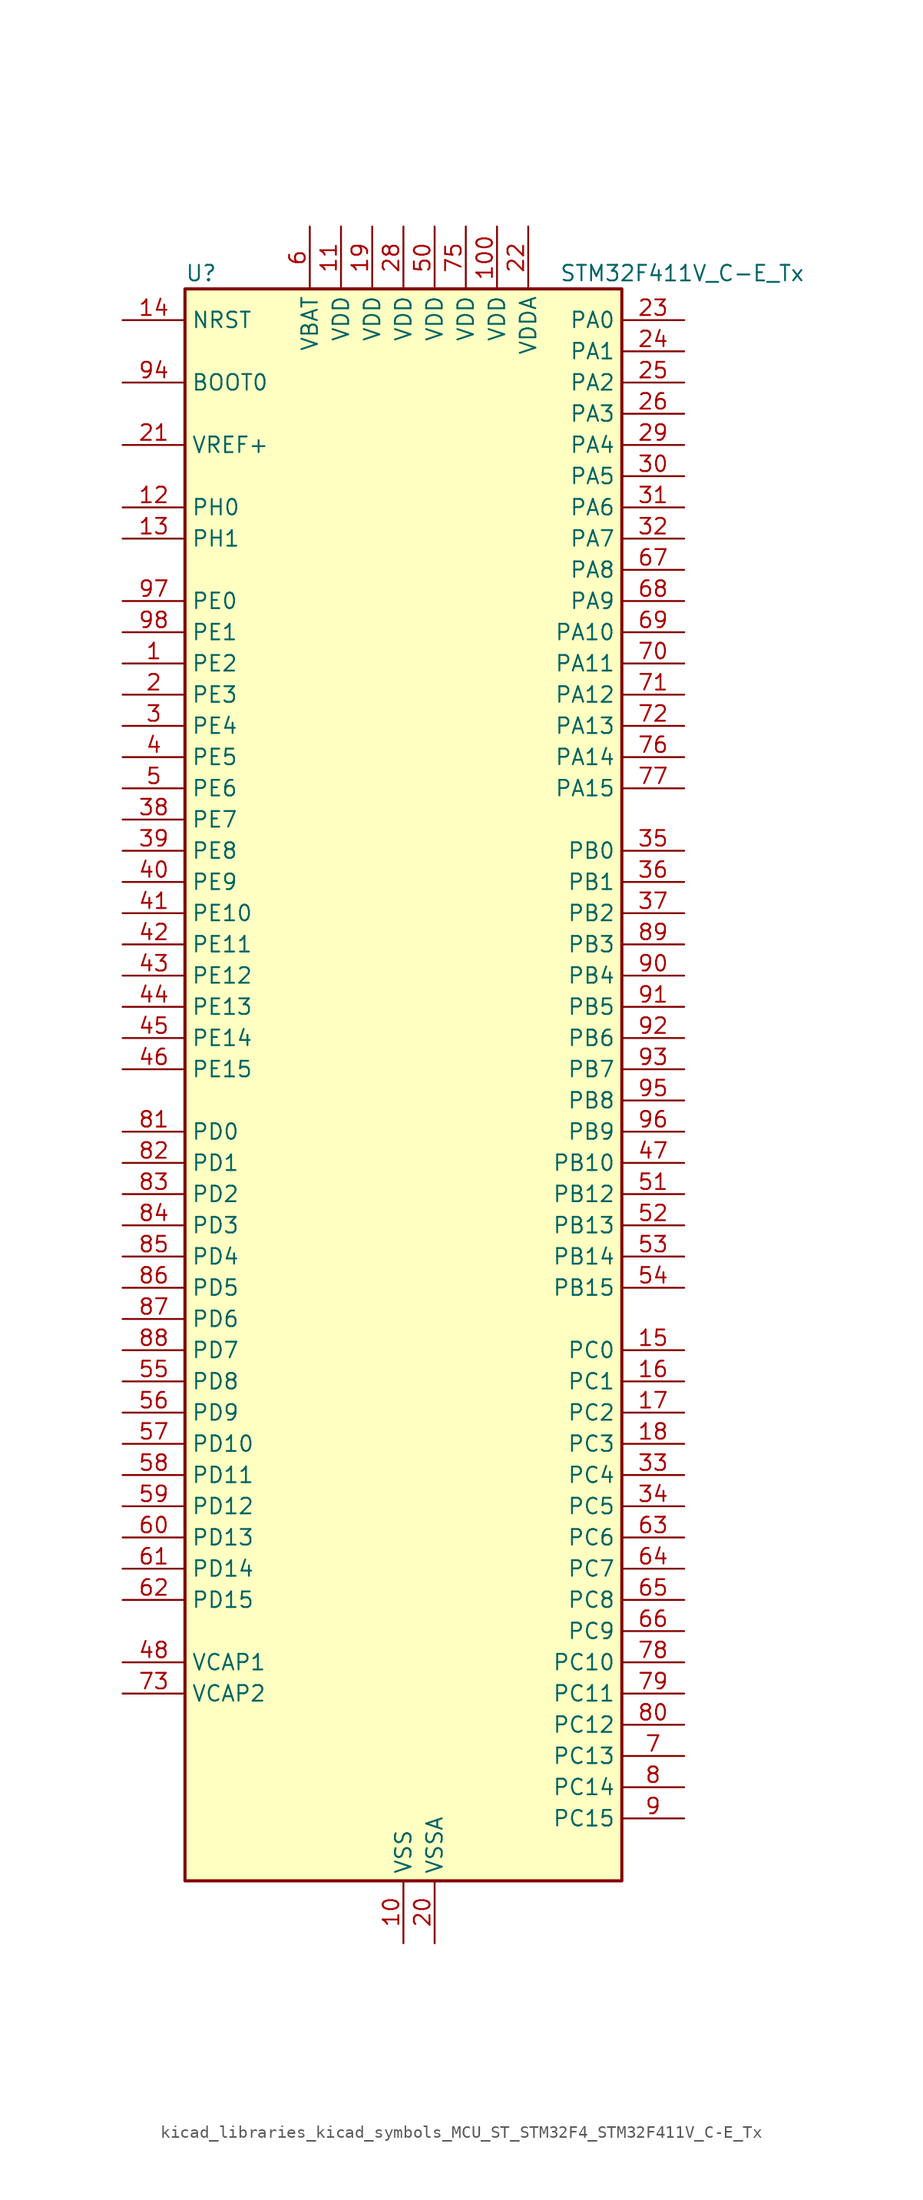
<source format=kicad_sym>
(kicad_symbol_lib
  (version 20220914)
  (generator kicad_symbol_editor)
  (symbol "kicad_libraries_kicad_symbols_MCU_ST_STM32F4_STM32F411V_C-E_Tx"
    (property "Reference" "U"
      (at -17.78 67.31 0)
      (effects (font (size 1.27 1.27)) (justify left)))
    (property "Value" "STM32F411V_C-E_Tx"
      (at 12.7 67.31 0)
      (effects (font (size 1.27 1.27)) (justify left)))
    (property "ki_locked" ""
      (at 0 0 0)
      (effects (font (size 1.27 1.27))))
    (symbol "kicad_libraries_kicad_symbols_MCU_ST_STM32F4_STM32F411V_C-E_Tx_0_1"
      (rectangle (start -17.78 -63.5) (end 17.78 66.04) (stroke (width 0.254) (type default)) (fill (type background))))
    (symbol "kicad_libraries_kicad_symbols_MCU_ST_STM32F4_STM32F411V_C-E_Tx_1_1"
      (pin bidirectional line (at -22.86 35.56 0) (length 5.08) (name "PE2" (effects (font (size 1.27 1.27)))) (number "1" (effects (font (size 1.27 1.27)))) (alternate "I2S4_CK" bidirectional line) (alternate "I2S5_CK" bidirectional line) (alternate "SPI4_SCK" bidirectional line) (alternate "SPI5_SCK" bidirectional line) (alternate "SYS_TRACECLK" bidirectional line))
      (pin power_in line (at 0 -68.58 90) (length 5.08) (name "VSS" (effects (font (size 1.27 1.27)))) (number "10" (effects (font (size 1.27 1.27)))))
      (pin power_in line (at 7.62 71.12 270) (length 5.08) (name "VDD" (effects (font (size 1.27 1.27)))) (number "100" (effects (font (size 1.27 1.27)))))
      (pin power_in line (at -5.08 71.12 270) (length 5.08) (name "VDD" (effects (font (size 1.27 1.27)))) (number "11" (effects (font (size 1.27 1.27)))))
      (pin bidirectional line (at -22.86 48.26 0) (length 5.08) (name "PH0" (effects (font (size 1.27 1.27)))) (number "12" (effects (font (size 1.27 1.27)))) (alternate "RCC_OSC_IN" bidirectional line))
      (pin bidirectional line (at -22.86 45.72 0) (length 5.08) (name "PH1" (effects (font (size 1.27 1.27)))) (number "13" (effects (font (size 1.27 1.27)))) (alternate "RCC_OSC_OUT" bidirectional line))
      (pin input line (at -22.86 63.5 0) (length 5.08) (name "NRST" (effects (font (size 1.27 1.27)))) (number "14" (effects (font (size 1.27 1.27)))))
      (pin bidirectional line (at 22.86 -20.32 180) (length 5.08) (name "PC0" (effects (font (size 1.27 1.27)))) (number "15" (effects (font (size 1.27 1.27)))) (alternate "ADC1_IN10" bidirectional line))
      (pin bidirectional line (at 22.86 -22.86 180) (length 5.08) (name "PC1" (effects (font (size 1.27 1.27)))) (number "16" (effects (font (size 1.27 1.27)))) (alternate "ADC1_IN11" bidirectional line))
      (pin bidirectional line (at 22.86 -25.4 180) (length 5.08) (name "PC2" (effects (font (size 1.27 1.27)))) (number "17" (effects (font (size 1.27 1.27)))) (alternate "ADC1_IN12" bidirectional line) (alternate "I2S2_ext_SD" bidirectional line) (alternate "SPI2_MISO" bidirectional line))
      (pin bidirectional line (at 22.86 -27.94 180) (length 5.08) (name "PC3" (effects (font (size 1.27 1.27)))) (number "18" (effects (font (size 1.27 1.27)))) (alternate "ADC1_IN13" bidirectional line) (alternate "I2S2_SD" bidirectional line) (alternate "SPI2_MOSI" bidirectional line))
      (pin power_in line (at -2.54 71.12 270) (length 5.08) (name "VDD" (effects (font (size 1.27 1.27)))) (number "19" (effects (font (size 1.27 1.27)))))
      (pin bidirectional line (at -22.86 33.02 0) (length 5.08) (name "PE3" (effects (font (size 1.27 1.27)))) (number "2" (effects (font (size 1.27 1.27)))) (alternate "SYS_TRACED0" bidirectional line))
      (pin power_in line (at 2.54 -68.58 90) (length 5.08) (name "VSSA" (effects (font (size 1.27 1.27)))) (number "20" (effects (font (size 1.27 1.27)))))
      (pin input line (at -22.86 53.34 0) (length 5.08) (name "VREF+" (effects (font (size 1.27 1.27)))) (number "21" (effects (font (size 1.27 1.27)))))
      (pin power_in line (at 10.16 71.12 270) (length 5.08) (name "VDDA" (effects (font (size 1.27 1.27)))) (number "22" (effects (font (size 1.27 1.27)))))
      (pin bidirectional line (at 22.86 63.5 180) (length 5.08) (name "PA0" (effects (font (size 1.27 1.27)))) (number "23" (effects (font (size 1.27 1.27)))) (alternate "ADC1_IN0" bidirectional line) (alternate "SYS_WKUP" bidirectional line) (alternate "TIM2_CH1" bidirectional line) (alternate "TIM2_ETR" bidirectional line) (alternate "TIM5_CH1" bidirectional line) (alternate "USART2_CTS" bidirectional line))
      (pin bidirectional line (at 22.86 60.96 180) (length 5.08) (name "PA1" (effects (font (size 1.27 1.27)))) (number "24" (effects (font (size 1.27 1.27)))) (alternate "ADC1_IN1" bidirectional line) (alternate "I2S4_SD" bidirectional line) (alternate "SPI4_MOSI" bidirectional line) (alternate "TIM2_CH2" bidirectional line) (alternate "TIM5_CH2" bidirectional line) (alternate "USART2_RTS" bidirectional line))
      (pin bidirectional line (at 22.86 58.42 180) (length 5.08) (name "PA2" (effects (font (size 1.27 1.27)))) (number "25" (effects (font (size 1.27 1.27)))) (alternate "ADC1_IN2" bidirectional line) (alternate "I2S_CKIN" bidirectional line) (alternate "TIM2_CH3" bidirectional line) (alternate "TIM5_CH3" bidirectional line) (alternate "TIM9_CH1" bidirectional line) (alternate "USART2_TX" bidirectional line))
      (pin bidirectional line (at 22.86 55.88 180) (length 5.08) (name "PA3" (effects (font (size 1.27 1.27)))) (number "26" (effects (font (size 1.27 1.27)))) (alternate "ADC1_IN3" bidirectional line) (alternate "I2S2_MCK" bidirectional line) (alternate "TIM2_CH4" bidirectional line) (alternate "TIM5_CH4" bidirectional line) (alternate "TIM9_CH2" bidirectional line) (alternate "USART2_RX" bidirectional line))
      (pin passive line (at 0 -68.58 90) (length 5.08) hide (name "VSS" (effects (font (size 1.27 1.27)))) (number "27" (effects (font (size 1.27 1.27)))))
      (pin power_in line (at 0 71.12 270) (length 5.08) (name "VDD" (effects (font (size 1.27 1.27)))) (number "28" (effects (font (size 1.27 1.27)))))
      (pin bidirectional line (at 22.86 53.34 180) (length 5.08) (name "PA4" (effects (font (size 1.27 1.27)))) (number "29" (effects (font (size 1.27 1.27)))) (alternate "ADC1_IN4" bidirectional line) (alternate "I2S1_WS" bidirectional line) (alternate "I2S3_WS" bidirectional line) (alternate "SPI1_NSS" bidirectional line) (alternate "SPI3_NSS" bidirectional line) (alternate "USART2_CK" bidirectional line))
      (pin bidirectional line (at -22.86 30.48 0) (length 5.08) (name "PE4" (effects (font (size 1.27 1.27)))) (number "3" (effects (font (size 1.27 1.27)))) (alternate "I2S4_WS" bidirectional line) (alternate "I2S5_WS" bidirectional line) (alternate "SPI4_NSS" bidirectional line) (alternate "SPI5_NSS" bidirectional line) (alternate "SYS_TRACED1" bidirectional line))
      (pin bidirectional line (at 22.86 50.8 180) (length 5.08) (name "PA5" (effects (font (size 1.27 1.27)))) (number "30" (effects (font (size 1.27 1.27)))) (alternate "ADC1_IN5" bidirectional line) (alternate "I2S1_CK" bidirectional line) (alternate "SPI1_SCK" bidirectional line) (alternate "TIM2_CH1" bidirectional line) (alternate "TIM2_ETR" bidirectional line))
      (pin bidirectional line (at 22.86 48.26 180) (length 5.08) (name "PA6" (effects (font (size 1.27 1.27)))) (number "31" (effects (font (size 1.27 1.27)))) (alternate "ADC1_IN6" bidirectional line) (alternate "I2S2_MCK" bidirectional line) (alternate "SDIO_CMD" bidirectional line) (alternate "SPI1_MISO" bidirectional line) (alternate "TIM1_BKIN" bidirectional line) (alternate "TIM3_CH1" bidirectional line))
      (pin bidirectional line (at 22.86 45.72 180) (length 5.08) (name "PA7" (effects (font (size 1.27 1.27)))) (number "32" (effects (font (size 1.27 1.27)))) (alternate "ADC1_IN7" bidirectional line) (alternate "I2S1_SD" bidirectional line) (alternate "SPI1_MOSI" bidirectional line) (alternate "TIM1_CH1N" bidirectional line) (alternate "TIM3_CH2" bidirectional line))
      (pin bidirectional line (at 22.86 -30.48 180) (length 5.08) (name "PC4" (effects (font (size 1.27 1.27)))) (number "33" (effects (font (size 1.27 1.27)))) (alternate "ADC1_IN14" bidirectional line))
      (pin bidirectional line (at 22.86 -33.02 180) (length 5.08) (name "PC5" (effects (font (size 1.27 1.27)))) (number "34" (effects (font (size 1.27 1.27)))) (alternate "ADC1_IN15" bidirectional line))
      (pin bidirectional line (at 22.86 20.32 180) (length 5.08) (name "PB0" (effects (font (size 1.27 1.27)))) (number "35" (effects (font (size 1.27 1.27)))) (alternate "ADC1_IN8" bidirectional line) (alternate "I2S5_CK" bidirectional line) (alternate "SPI5_SCK" bidirectional line) (alternate "TIM1_CH2N" bidirectional line) (alternate "TIM3_CH3" bidirectional line))
      (pin bidirectional line (at 22.86 17.78 180) (length 5.08) (name "PB1" (effects (font (size 1.27 1.27)))) (number "36" (effects (font (size 1.27 1.27)))) (alternate "ADC1_IN9" bidirectional line) (alternate "I2S5_WS" bidirectional line) (alternate "SPI5_NSS" bidirectional line) (alternate "TIM1_CH3N" bidirectional line) (alternate "TIM3_CH4" bidirectional line))
      (pin bidirectional line (at 22.86 15.24 180) (length 5.08) (name "PB2" (effects (font (size 1.27 1.27)))) (number "37" (effects (font (size 1.27 1.27)))))
      (pin bidirectional line (at -22.86 22.86 0) (length 5.08) (name "PE7" (effects (font (size 1.27 1.27)))) (number "38" (effects (font (size 1.27 1.27)))) (alternate "TIM1_ETR" bidirectional line))
      (pin bidirectional line (at -22.86 20.32 0) (length 5.08) (name "PE8" (effects (font (size 1.27 1.27)))) (number "39" (effects (font (size 1.27 1.27)))) (alternate "TIM1_CH1N" bidirectional line))
      (pin bidirectional line (at -22.86 27.94 0) (length 5.08) (name "PE5" (effects (font (size 1.27 1.27)))) (number "4" (effects (font (size 1.27 1.27)))) (alternate "SPI4_MISO" bidirectional line) (alternate "SPI5_MISO" bidirectional line) (alternate "SYS_TRACED2" bidirectional line) (alternate "TIM9_CH1" bidirectional line))
      (pin bidirectional line (at -22.86 17.78 0) (length 5.08) (name "PE9" (effects (font (size 1.27 1.27)))) (number "40" (effects (font (size 1.27 1.27)))) (alternate "TIM1_CH1" bidirectional line))
      (pin bidirectional line (at -22.86 15.24 0) (length 5.08) (name "PE10" (effects (font (size 1.27 1.27)))) (number "41" (effects (font (size 1.27 1.27)))) (alternate "TIM1_CH2N" bidirectional line))
      (pin bidirectional line (at -22.86 12.7 0) (length 5.08) (name "PE11" (effects (font (size 1.27 1.27)))) (number "42" (effects (font (size 1.27 1.27)))) (alternate "ADC1_EXTI11" bidirectional line) (alternate "I2S4_WS" bidirectional line) (alternate "I2S5_WS" bidirectional line) (alternate "SPI4_NSS" bidirectional line) (alternate "SPI5_NSS" bidirectional line) (alternate "TIM1_CH2" bidirectional line))
      (pin bidirectional line (at -22.86 10.16 0) (length 5.08) (name "PE12" (effects (font (size 1.27 1.27)))) (number "43" (effects (font (size 1.27 1.27)))) (alternate "I2S4_CK" bidirectional line) (alternate "I2S5_CK" bidirectional line) (alternate "SPI4_SCK" bidirectional line) (alternate "SPI5_SCK" bidirectional line) (alternate "TIM1_CH3N" bidirectional line))
      (pin bidirectional line (at -22.86 7.62 0) (length 5.08) (name "PE13" (effects (font (size 1.27 1.27)))) (number "44" (effects (font (size 1.27 1.27)))) (alternate "SPI4_MISO" bidirectional line) (alternate "SPI5_MISO" bidirectional line) (alternate "TIM1_CH3" bidirectional line))
      (pin bidirectional line (at -22.86 5.08 0) (length 5.08) (name "PE14" (effects (font (size 1.27 1.27)))) (number "45" (effects (font (size 1.27 1.27)))) (alternate "I2S4_SD" bidirectional line) (alternate "I2S5_SD" bidirectional line) (alternate "SPI4_MOSI" bidirectional line) (alternate "SPI5_MOSI" bidirectional line) (alternate "TIM1_CH4" bidirectional line))
      (pin bidirectional line (at -22.86 2.54 0) (length 5.08) (name "PE15" (effects (font (size 1.27 1.27)))) (number "46" (effects (font (size 1.27 1.27)))) (alternate "ADC1_EXTI15" bidirectional line) (alternate "TIM1_BKIN" bidirectional line))
      (pin bidirectional line (at 22.86 -5.08 180) (length 5.08) (name "PB10" (effects (font (size 1.27 1.27)))) (number "47" (effects (font (size 1.27 1.27)))) (alternate "I2C2_SCL" bidirectional line) (alternate "I2S2_CK" bidirectional line) (alternate "I2S3_MCK" bidirectional line) (alternate "SDIO_D7" bidirectional line) (alternate "SPI2_SCK" bidirectional line) (alternate "TIM2_CH3" bidirectional line))
      (pin power_out line (at -22.86 -45.72 0) (length 5.08) (name "VCAP1" (effects (font (size 1.27 1.27)))) (number "48" (effects (font (size 1.27 1.27)))))
      (pin passive line (at 0 -68.58 90) (length 5.08) hide (name "VSS" (effects (font (size 1.27 1.27)))) (number "49" (effects (font (size 1.27 1.27)))))
      (pin bidirectional line (at -22.86 25.4 0) (length 5.08) (name "PE6" (effects (font (size 1.27 1.27)))) (number "5" (effects (font (size 1.27 1.27)))) (alternate "I2S4_SD" bidirectional line) (alternate "I2S5_SD" bidirectional line) (alternate "SPI4_MOSI" bidirectional line) (alternate "SPI5_MOSI" bidirectional line) (alternate "SYS_TRACED3" bidirectional line) (alternate "TIM9_CH2" bidirectional line))
      (pin power_in line (at 2.54 71.12 270) (length 5.08) (name "VDD" (effects (font (size 1.27 1.27)))) (number "50" (effects (font (size 1.27 1.27)))))
      (pin bidirectional line (at 22.86 -7.62 180) (length 5.08) (name "PB12" (effects (font (size 1.27 1.27)))) (number "51" (effects (font (size 1.27 1.27)))) (alternate "I2C2_SMBA" bidirectional line) (alternate "I2S2_WS" bidirectional line) (alternate "I2S3_CK" bidirectional line) (alternate "I2S4_WS" bidirectional line) (alternate "SPI2_NSS" bidirectional line) (alternate "SPI3_SCK" bidirectional line) (alternate "SPI4_NSS" bidirectional line) (alternate "TIM1_BKIN" bidirectional line))
      (pin bidirectional line (at 22.86 -10.16 180) (length 5.08) (name "PB13" (effects (font (size 1.27 1.27)))) (number "52" (effects (font (size 1.27 1.27)))) (alternate "I2S2_CK" bidirectional line) (alternate "I2S4_CK" bidirectional line) (alternate "SPI2_SCK" bidirectional line) (alternate "SPI4_SCK" bidirectional line) (alternate "TIM1_CH1N" bidirectional line))
      (pin bidirectional line (at 22.86 -12.7 180) (length 5.08) (name "PB14" (effects (font (size 1.27 1.27)))) (number "53" (effects (font (size 1.27 1.27)))) (alternate "I2S2_ext_SD" bidirectional line) (alternate "SDIO_D6" bidirectional line) (alternate "SPI2_MISO" bidirectional line) (alternate "TIM1_CH2N" bidirectional line))
      (pin bidirectional line (at 22.86 -15.24 180) (length 5.08) (name "PB15" (effects (font (size 1.27 1.27)))) (number "54" (effects (font (size 1.27 1.27)))) (alternate "ADC1_EXTI15" bidirectional line) (alternate "I2S2_SD" bidirectional line) (alternate "RTC_REFIN" bidirectional line) (alternate "SDIO_CK" bidirectional line) (alternate "SPI2_MOSI" bidirectional line) (alternate "TIM1_CH3N" bidirectional line))
      (pin bidirectional line (at -22.86 -22.86 0) (length 5.08) (name "PD8" (effects (font (size 1.27 1.27)))) (number "55" (effects (font (size 1.27 1.27)))))
      (pin bidirectional line (at -22.86 -25.4 0) (length 5.08) (name "PD9" (effects (font (size 1.27 1.27)))) (number "56" (effects (font (size 1.27 1.27)))))
      (pin bidirectional line (at -22.86 -27.94 0) (length 5.08) (name "PD10" (effects (font (size 1.27 1.27)))) (number "57" (effects (font (size 1.27 1.27)))))
      (pin bidirectional line (at -22.86 -30.48 0) (length 5.08) (name "PD11" (effects (font (size 1.27 1.27)))) (number "58" (effects (font (size 1.27 1.27)))) (alternate "ADC1_EXTI11" bidirectional line))
      (pin bidirectional line (at -22.86 -33.02 0) (length 5.08) (name "PD12" (effects (font (size 1.27 1.27)))) (number "59" (effects (font (size 1.27 1.27)))) (alternate "TIM4_CH1" bidirectional line))
      (pin power_in line (at -7.62 71.12 270) (length 5.08) (name "VBAT" (effects (font (size 1.27 1.27)))) (number "6" (effects (font (size 1.27 1.27)))))
      (pin bidirectional line (at -22.86 -35.56 0) (length 5.08) (name "PD13" (effects (font (size 1.27 1.27)))) (number "60" (effects (font (size 1.27 1.27)))) (alternate "TIM4_CH2" bidirectional line))
      (pin bidirectional line (at -22.86 -38.1 0) (length 5.08) (name "PD14" (effects (font (size 1.27 1.27)))) (number "61" (effects (font (size 1.27 1.27)))) (alternate "TIM4_CH3" bidirectional line))
      (pin bidirectional line (at -22.86 -40.64 0) (length 5.08) (name "PD15" (effects (font (size 1.27 1.27)))) (number "62" (effects (font (size 1.27 1.27)))) (alternate "ADC1_EXTI15" bidirectional line) (alternate "TIM4_CH4" bidirectional line))
      (pin bidirectional line (at 22.86 -35.56 180) (length 5.08) (name "PC6" (effects (font (size 1.27 1.27)))) (number "63" (effects (font (size 1.27 1.27)))) (alternate "I2S2_MCK" bidirectional line) (alternate "SDIO_D6" bidirectional line) (alternate "TIM3_CH1" bidirectional line) (alternate "USART6_TX" bidirectional line))
      (pin bidirectional line (at 22.86 -38.1 180) (length 5.08) (name "PC7" (effects (font (size 1.27 1.27)))) (number "64" (effects (font (size 1.27 1.27)))) (alternate "I2S2_CK" bidirectional line) (alternate "I2S3_MCK" bidirectional line) (alternate "SDIO_D7" bidirectional line) (alternate "SPI2_SCK" bidirectional line) (alternate "TIM3_CH2" bidirectional line) (alternate "USART6_RX" bidirectional line))
      (pin bidirectional line (at 22.86 -40.64 180) (length 5.08) (name "PC8" (effects (font (size 1.27 1.27)))) (number "65" (effects (font (size 1.27 1.27)))) (alternate "SDIO_D0" bidirectional line) (alternate "TIM3_CH3" bidirectional line) (alternate "USART6_CK" bidirectional line))
      (pin bidirectional line (at 22.86 -43.18 180) (length 5.08) (name "PC9" (effects (font (size 1.27 1.27)))) (number "66" (effects (font (size 1.27 1.27)))) (alternate "I2C3_SDA" bidirectional line) (alternate "I2S_CKIN" bidirectional line) (alternate "RCC_MCO_2" bidirectional line) (alternate "SDIO_D1" bidirectional line) (alternate "TIM3_CH4" bidirectional line))
      (pin bidirectional line (at 22.86 43.18 180) (length 5.08) (name "PA8" (effects (font (size 1.27 1.27)))) (number "67" (effects (font (size 1.27 1.27)))) (alternate "I2C3_SCL" bidirectional line) (alternate "RCC_MCO_1" bidirectional line) (alternate "SDIO_D1" bidirectional line) (alternate "TIM1_CH1" bidirectional line) (alternate "USART1_CK" bidirectional line) (alternate "USB_OTG_FS_SOF" bidirectional line))
      (pin bidirectional line (at 22.86 40.64 180) (length 5.08) (name "PA9" (effects (font (size 1.27 1.27)))) (number "68" (effects (font (size 1.27 1.27)))) (alternate "I2C3_SMBA" bidirectional line) (alternate "SDIO_D2" bidirectional line) (alternate "TIM1_CH2" bidirectional line) (alternate "USART1_TX" bidirectional line) (alternate "USB_OTG_FS_VBUS" bidirectional line))
      (pin bidirectional line (at 22.86 38.1 180) (length 5.08) (name "PA10" (effects (font (size 1.27 1.27)))) (number "69" (effects (font (size 1.27 1.27)))) (alternate "I2S5_SD" bidirectional line) (alternate "SPI5_MOSI" bidirectional line) (alternate "TIM1_CH3" bidirectional line) (alternate "USART1_RX" bidirectional line) (alternate "USB_OTG_FS_ID" bidirectional line))
      (pin bidirectional line (at 22.86 -53.34 180) (length 5.08) (name "PC13" (effects (font (size 1.27 1.27)))) (number "7" (effects (font (size 1.27 1.27)))) (alternate "RTC_AF1" bidirectional line))
      (pin bidirectional line (at 22.86 35.56 180) (length 5.08) (name "PA11" (effects (font (size 1.27 1.27)))) (number "70" (effects (font (size 1.27 1.27)))) (alternate "ADC1_EXTI11" bidirectional line) (alternate "SPI4_MISO" bidirectional line) (alternate "TIM1_CH4" bidirectional line) (alternate "USART1_CTS" bidirectional line) (alternate "USART6_TX" bidirectional line) (alternate "USB_OTG_FS_DM" bidirectional line))
      (pin bidirectional line (at 22.86 33.02 180) (length 5.08) (name "PA12" (effects (font (size 1.27 1.27)))) (number "71" (effects (font (size 1.27 1.27)))) (alternate "SPI5_MISO" bidirectional line) (alternate "TIM1_ETR" bidirectional line) (alternate "USART1_RTS" bidirectional line) (alternate "USART6_RX" bidirectional line) (alternate "USB_OTG_FS_DP" bidirectional line))
      (pin bidirectional line (at 22.86 30.48 180) (length 5.08) (name "PA13" (effects (font (size 1.27 1.27)))) (number "72" (effects (font (size 1.27 1.27)))) (alternate "SYS_JTMS-SWDIO" bidirectional line))
      (pin power_out line (at -22.86 -48.26 0) (length 5.08) (name "VCAP2" (effects (font (size 1.27 1.27)))) (number "73" (effects (font (size 1.27 1.27)))))
      (pin passive line (at 0 -68.58 90) (length 5.08) hide (name "VSS" (effects (font (size 1.27 1.27)))) (number "74" (effects (font (size 1.27 1.27)))))
      (pin power_in line (at 5.08 71.12 270) (length 5.08) (name "VDD" (effects (font (size 1.27 1.27)))) (number "75" (effects (font (size 1.27 1.27)))))
      (pin bidirectional line (at 22.86 27.94 180) (length 5.08) (name "PA14" (effects (font (size 1.27 1.27)))) (number "76" (effects (font (size 1.27 1.27)))) (alternate "SYS_JTCK-SWCLK" bidirectional line))
      (pin bidirectional line (at 22.86 25.4 180) (length 5.08) (name "PA15" (effects (font (size 1.27 1.27)))) (number "77" (effects (font (size 1.27 1.27)))) (alternate "ADC1_EXTI15" bidirectional line) (alternate "I2S1_WS" bidirectional line) (alternate "I2S3_WS" bidirectional line) (alternate "SPI1_NSS" bidirectional line) (alternate "SPI3_NSS" bidirectional line) (alternate "SYS_JTDI" bidirectional line) (alternate "TIM2_CH1" bidirectional line) (alternate "TIM2_ETR" bidirectional line) (alternate "USART1_TX" bidirectional line))
      (pin bidirectional line (at 22.86 -45.72 180) (length 5.08) (name "PC10" (effects (font (size 1.27 1.27)))) (number "78" (effects (font (size 1.27 1.27)))) (alternate "I2S3_CK" bidirectional line) (alternate "SDIO_D2" bidirectional line) (alternate "SPI3_SCK" bidirectional line))
      (pin bidirectional line (at 22.86 -48.26 180) (length 5.08) (name "PC11" (effects (font (size 1.27 1.27)))) (number "79" (effects (font (size 1.27 1.27)))) (alternate "ADC1_EXTI11" bidirectional line) (alternate "I2S3_ext_SD" bidirectional line) (alternate "SDIO_D3" bidirectional line) (alternate "SPI3_MISO" bidirectional line))
      (pin bidirectional line (at 22.86 -55.88 180) (length 5.08) (name "PC14" (effects (font (size 1.27 1.27)))) (number "8" (effects (font (size 1.27 1.27)))) (alternate "RCC_OSC32_IN" bidirectional line))
      (pin bidirectional line (at 22.86 -50.8 180) (length 5.08) (name "PC12" (effects (font (size 1.27 1.27)))) (number "80" (effects (font (size 1.27 1.27)))) (alternate "I2S3_SD" bidirectional line) (alternate "SDIO_CK" bidirectional line) (alternate "SPI3_MOSI" bidirectional line))
      (pin bidirectional line (at -22.86 -2.54 0) (length 5.08) (name "PD0" (effects (font (size 1.27 1.27)))) (number "81" (effects (font (size 1.27 1.27)))))
      (pin bidirectional line (at -22.86 -5.08 0) (length 5.08) (name "PD1" (effects (font (size 1.27 1.27)))) (number "82" (effects (font (size 1.27 1.27)))))
      (pin bidirectional line (at -22.86 -7.62 0) (length 5.08) (name "PD2" (effects (font (size 1.27 1.27)))) (number "83" (effects (font (size 1.27 1.27)))) (alternate "SDIO_CMD" bidirectional line) (alternate "TIM3_ETR" bidirectional line))
      (pin bidirectional line (at -22.86 -10.16 0) (length 5.08) (name "PD3" (effects (font (size 1.27 1.27)))) (number "84" (effects (font (size 1.27 1.27)))) (alternate "I2S2_CK" bidirectional line) (alternate "SPI2_SCK" bidirectional line) (alternate "USART2_CTS" bidirectional line))
      (pin bidirectional line (at -22.86 -12.7 0) (length 5.08) (name "PD4" (effects (font (size 1.27 1.27)))) (number "85" (effects (font (size 1.27 1.27)))) (alternate "USART2_RTS" bidirectional line))
      (pin bidirectional line (at -22.86 -15.24 0) (length 5.08) (name "PD5" (effects (font (size 1.27 1.27)))) (number "86" (effects (font (size 1.27 1.27)))) (alternate "USART2_TX" bidirectional line))
      (pin bidirectional line (at -22.86 -17.78 0) (length 5.08) (name "PD6" (effects (font (size 1.27 1.27)))) (number "87" (effects (font (size 1.27 1.27)))) (alternate "I2S3_SD" bidirectional line) (alternate "SPI3_MOSI" bidirectional line) (alternate "USART2_RX" bidirectional line))
      (pin bidirectional line (at -22.86 -20.32 0) (length 5.08) (name "PD7" (effects (font (size 1.27 1.27)))) (number "88" (effects (font (size 1.27 1.27)))) (alternate "USART2_CK" bidirectional line))
      (pin bidirectional line (at 22.86 12.7 180) (length 5.08) (name "PB3" (effects (font (size 1.27 1.27)))) (number "89" (effects (font (size 1.27 1.27)))) (alternate "I2C2_SDA" bidirectional line) (alternate "I2S1_CK" bidirectional line) (alternate "I2S3_CK" bidirectional line) (alternate "SPI1_SCK" bidirectional line) (alternate "SPI3_SCK" bidirectional line) (alternate "SYS_JTDO-SWO" bidirectional line) (alternate "TIM2_CH2" bidirectional line) (alternate "USART1_RX" bidirectional line))
      (pin bidirectional line (at 22.86 -58.42 180) (length 5.08) (name "PC15" (effects (font (size 1.27 1.27)))) (number "9" (effects (font (size 1.27 1.27)))) (alternate "ADC1_EXTI15" bidirectional line) (alternate "RCC_OSC32_OUT" bidirectional line))
      (pin bidirectional line (at 22.86 10.16 180) (length 5.08) (name "PB4" (effects (font (size 1.27 1.27)))) (number "90" (effects (font (size 1.27 1.27)))) (alternate "I2C3_SDA" bidirectional line) (alternate "I2S3_ext_SD" bidirectional line) (alternate "SDIO_D0" bidirectional line) (alternate "SPI1_MISO" bidirectional line) (alternate "SPI3_MISO" bidirectional line) (alternate "SYS_JTRST" bidirectional line) (alternate "TIM3_CH1" bidirectional line))
      (pin bidirectional line (at 22.86 7.62 180) (length 5.08) (name "PB5" (effects (font (size 1.27 1.27)))) (number "91" (effects (font (size 1.27 1.27)))) (alternate "I2C1_SMBA" bidirectional line) (alternate "I2S1_SD" bidirectional line) (alternate "I2S3_SD" bidirectional line) (alternate "SDIO_D3" bidirectional line) (alternate "SPI1_MOSI" bidirectional line) (alternate "SPI3_MOSI" bidirectional line) (alternate "TIM3_CH2" bidirectional line))
      (pin bidirectional line (at 22.86 5.08 180) (length 5.08) (name "PB6" (effects (font (size 1.27 1.27)))) (number "92" (effects (font (size 1.27 1.27)))) (alternate "I2C1_SCL" bidirectional line) (alternate "TIM4_CH1" bidirectional line) (alternate "USART1_TX" bidirectional line))
      (pin bidirectional line (at 22.86 2.54 180) (length 5.08) (name "PB7" (effects (font (size 1.27 1.27)))) (number "93" (effects (font (size 1.27 1.27)))) (alternate "I2C1_SDA" bidirectional line) (alternate "SDIO_D0" bidirectional line) (alternate "TIM4_CH2" bidirectional line) (alternate "USART1_RX" bidirectional line))
      (pin input line (at -22.86 58.42 0) (length 5.08) (name "BOOT0" (effects (font (size 1.27 1.27)))) (number "94" (effects (font (size 1.27 1.27)))))
      (pin bidirectional line (at 22.86 0 180) (length 5.08) (name "PB8" (effects (font (size 1.27 1.27)))) (number "95" (effects (font (size 1.27 1.27)))) (alternate "I2C1_SCL" bidirectional line) (alternate "I2C3_SDA" bidirectional line) (alternate "I2S5_SD" bidirectional line) (alternate "SDIO_D4" bidirectional line) (alternate "SPI5_MOSI" bidirectional line) (alternate "TIM10_CH1" bidirectional line) (alternate "TIM4_CH3" bidirectional line))
      (pin bidirectional line (at 22.86 -2.54 180) (length 5.08) (name "PB9" (effects (font (size 1.27 1.27)))) (number "96" (effects (font (size 1.27 1.27)))) (alternate "I2C1_SDA" bidirectional line) (alternate "I2C2_SDA" bidirectional line) (alternate "I2S2_WS" bidirectional line) (alternate "SDIO_D5" bidirectional line) (alternate "SPI2_NSS" bidirectional line) (alternate "TIM11_CH1" bidirectional line) (alternate "TIM4_CH4" bidirectional line))
      (pin bidirectional line (at -22.86 40.64 0) (length 5.08) (name "PE0" (effects (font (size 1.27 1.27)))) (number "97" (effects (font (size 1.27 1.27)))) (alternate "TIM4_ETR" bidirectional line))
      (pin bidirectional line (at -22.86 38.1 0) (length 5.08) (name "PE1" (effects (font (size 1.27 1.27)))) (number "98" (effects (font (size 1.27 1.27)))))
      (pin passive line (at 0 -68.58 90) (length 5.08) hide (name "VSS" (effects (font (size 1.27 1.27)))) (number "99" (effects (font (size 1.27 1.27))))))))
</source>
